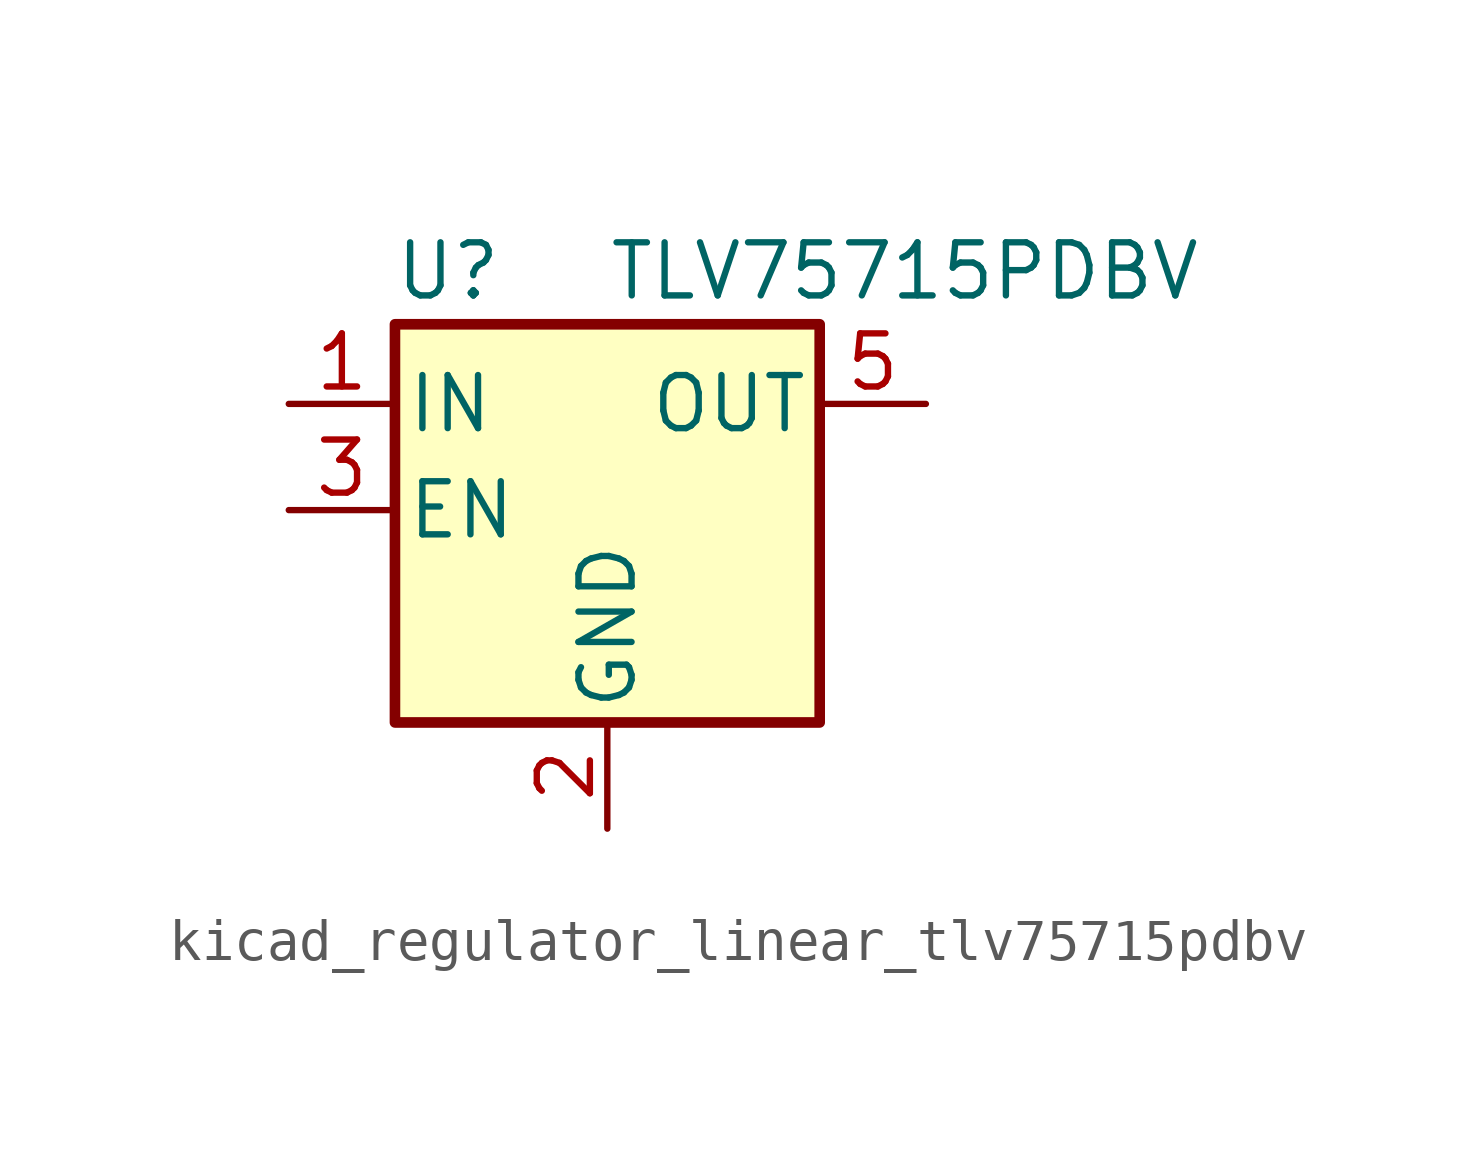
<source format=kicad_sym>
(kicad_symbol_lib
  (version 20220914)
  (generator kicad_symbol_editor)
  (symbol "kicad_regulator_linear_tlv75715pdbv"
    (pin_names
      (offset 0.254))
    (property "Reference" "U"
      (at -3.81 5.715 0)
      (effects (font (size 1.27 1.27))))
    (property "Value" "TLV75715PDBV"
      (at 0 5.715 0)
      (effects (font (size 1.27 1.27)) (justify left)))
    (symbol "kicad_regulator_linear_tlv75715pdbv_0_1"
      (rectangle (start -5.08 4.445) (end 5.08 -5.08) (stroke (width 0.254) (type default)) (fill (type background))))
    (symbol "kicad_regulator_linear_tlv75715pdbv_1_1"
      (pin power_in line (at -7.62 2.54 0) (length 2.54) (name "IN" (effects (font (size 1.27 1.27)))) (number "1" (effects (font (size 1.27 1.27)))))
      (pin power_in line (at 0 -7.62 90) (length 2.54) (name "GND" (effects (font (size 1.27 1.27)))) (number "2" (effects (font (size 1.27 1.27)))))
      (pin input line (at -7.62 0 0) (length 2.54) (name "EN" (effects (font (size 1.27 1.27)))) (number "3" (effects (font (size 1.27 1.27)))))
      (pin no_connect line (at 5.08 0 180) (length 2.54) hide (name "NC" (effects (font (size 1.27 1.27)))) (number "4" (effects (font (size 1.27 1.27)))))
      (pin power_out line (at 7.62 2.54 180) (length 2.54) (name "OUT" (effects (font (size 1.27 1.27)))) (number "5" (effects (font (size 1.27 1.27))))))))
</source>
